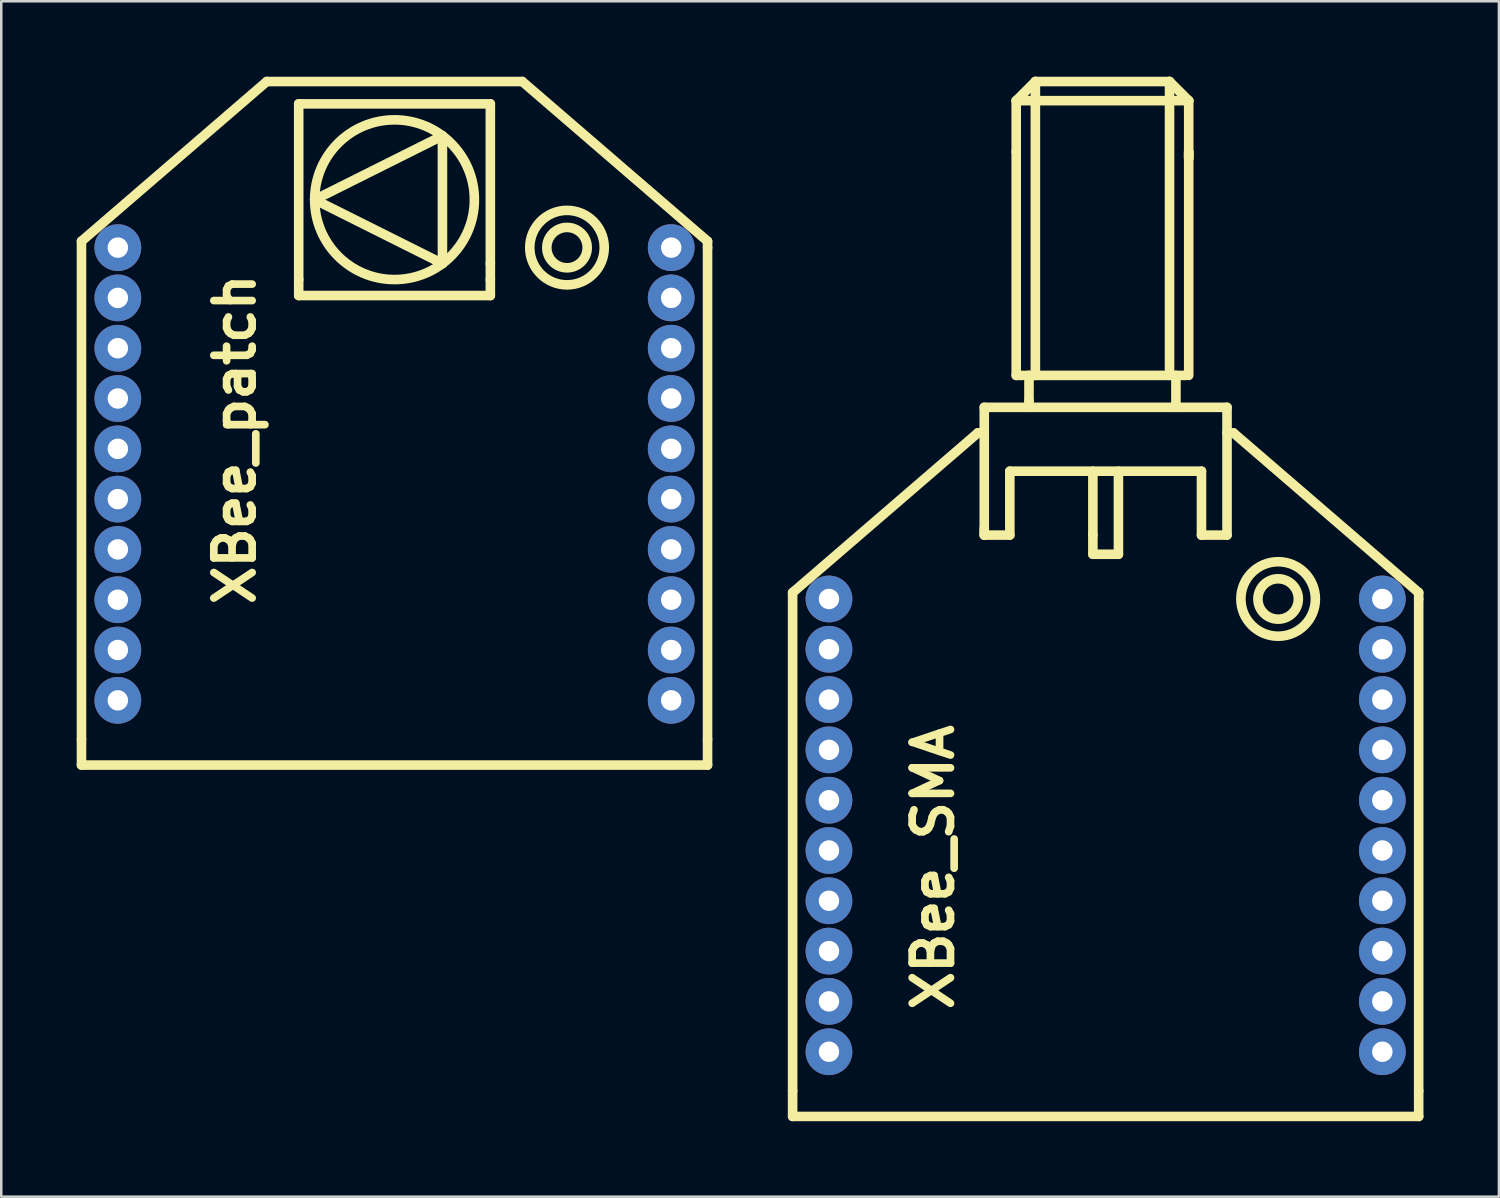
<source format=kicad_pcb>
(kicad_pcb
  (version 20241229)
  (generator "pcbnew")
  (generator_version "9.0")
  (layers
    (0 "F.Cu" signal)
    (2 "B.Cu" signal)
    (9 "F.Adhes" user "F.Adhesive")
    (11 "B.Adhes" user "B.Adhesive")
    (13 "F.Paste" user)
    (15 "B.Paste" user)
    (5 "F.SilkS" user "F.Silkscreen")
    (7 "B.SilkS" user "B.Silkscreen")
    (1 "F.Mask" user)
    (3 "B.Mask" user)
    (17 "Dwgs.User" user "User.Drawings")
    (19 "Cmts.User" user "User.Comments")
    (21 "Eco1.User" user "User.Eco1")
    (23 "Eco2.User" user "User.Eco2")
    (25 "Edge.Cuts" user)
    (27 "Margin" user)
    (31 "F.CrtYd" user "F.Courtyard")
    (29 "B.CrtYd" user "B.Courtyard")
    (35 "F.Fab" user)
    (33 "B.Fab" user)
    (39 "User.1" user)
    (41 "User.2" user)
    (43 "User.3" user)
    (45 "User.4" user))
  (footprint "XBee_patch"
    (layer "F.Cu")
    (at 12.636 6.795)
    (property "Reference" "XBee_patch" (at -6.35 7.62 90) (layer "F.SilkS") (effects (font (size 1.524 1.524) (thickness 0.305))))
    (attr through_hole)
    (fp_line (start -12.446 -0.254) (end -5.08 -6.604) (stroke (width 0.381) (type solid)) (layer "F.SilkS"))
    (fp_line (start -12.446 19.558) (end -12.446 -0.254) (stroke (width 0.381) (type solid)) (layer "F.SilkS"))
    (fp_line (start -12.446 19.558) (end -12.446 20.574) (stroke (width 0.381) (type solid)) (layer "F.SilkS"))
    (fp_line (start -12.446 20.574) (end 12.446 20.574) (stroke (width 0.381) (type solid)) (layer "F.SilkS"))
    (fp_line (start -5.08 -6.604) (end 5.08 -6.604) (stroke (width 0.381) (type solid)) (layer "F.SilkS"))
    (fp_line (start -3.81 -5.715) (end 3.81 -5.715) (stroke (width 0.381) (type solid)) (layer "F.SilkS"))
    (fp_line (start -3.81 1.27) (end -3.81 -5.715) (stroke (width 0.381) (type solid)) (layer "F.SilkS"))
    (fp_line (start -3.81 1.905) (end -3.81 1.27) (stroke (width 0.381) (type solid)) (layer "F.SilkS"))
    (fp_line (start -3.175 -1.905) (end 1.905 -4.445) (stroke (width 0.381) (type solid)) (layer "F.SilkS"))
    (fp_line (start 1.905 -4.445) (end 1.905 0.635) (stroke (width 0.381) (type solid)) (layer "F.SilkS"))
    (fp_line (start 1.905 0.635) (end -3.175 -1.905) (stroke (width 0.381) (type solid)) (layer "F.SilkS"))
    (fp_line (start 3.81 -5.715) (end 3.81 0.635) (stroke (width 0.381) (type solid)) (layer "F.SilkS"))
    (fp_line (start 3.81 0.635) (end 3.81 1.27) (stroke (width 0.381) (type solid)) (layer "F.SilkS"))
    (fp_line (start 3.81 1.905) (end -3.81 1.905) (stroke (width 0.381) (type solid)) (layer "F.SilkS"))
    (fp_line (start 3.81 1.905) (end 3.81 1.27) (stroke (width 0.381) (type solid)) (layer "F.SilkS"))
    (fp_line (start 12.446 -0.254) (end 5.08 -6.604) (stroke (width 0.381) (type solid)) (layer "F.SilkS"))
    (fp_line (start 12.446 0) (end 12.446 -0.254) (stroke (width 0.381) (type solid)) (layer "F.SilkS"))
    (fp_line (start 12.446 19.558) (end 12.446 0) (stroke (width 0.381) (type solid)) (layer "F.SilkS"))
    (fp_line (start 12.446 19.558) (end 12.446 20.574) (stroke (width 0.381) (type solid)) (layer "F.SilkS"))
    (fp_circle (center 0 -1.905) (end 2.54 -3.81) (stroke (width 0.381) (type solid)) (fill no) (layer "F.SilkS"))
    (fp_circle (center 6.858 0) (end 7.62 0.254) (stroke (width 0.381) (type solid)) (fill no) (layer "F.SilkS"))
    (fp_circle (center 6.858 0) (end 8.128 0.762) (stroke (width 0.381) (type solid)) (fill no) (layer "F.SilkS"))
    (pad "1" thru_hole circle (at -11.001 0) (size 1.859 1.859) (drill 0.813) (layers "*.Cu"))
    (pad "2" thru_hole circle (at -11.001 1.999) (size 1.859 1.859) (drill 0.813) (layers "*.Cu"))
    (pad "3" thru_hole circle (at -11.001 4) (size 1.859 1.859) (drill 0.813) (layers "*.Cu"))
    (pad "4" thru_hole circle (at -11.001 5.999) (size 1.859 1.859) (drill 0.813) (layers "*.Cu"))
    (pad "5" thru_hole circle (at -11.001 8.001) (size 1.859 1.859) (drill 0.813) (layers "*.Cu"))
    (pad "6" thru_hole circle (at -11.001 10) (size 1.859 1.859) (drill 0.813) (layers "*.Cu"))
    (pad "7" thru_hole circle (at -11.001 11.999) (size 1.859 1.859) (drill 0.813) (layers "*.Cu"))
    (pad "8" thru_hole circle (at -11.001 14) (size 1.859 1.859) (drill 0.813) (layers "*.Cu"))
    (pad "9" thru_hole circle (at -11.001 15.999) (size 1.859 1.859) (drill 0.813) (layers "*.Cu"))
    (pad "10" thru_hole circle (at -11.001 18.001) (size 1.859 1.859) (drill 0.813) (layers "*.Cu"))
    (pad "11" thru_hole circle (at 11.001 18.001) (size 1.859 1.859) (drill 0.813) (layers "*.Cu"))
    (pad "12" thru_hole circle (at 11.001 15.999) (size 1.859 1.859) (drill 0.813) (layers "*.Cu"))
    (pad "13" thru_hole circle (at 11.001 14) (size 1.859 1.859) (drill 0.813) (layers "*.Cu"))
    (pad "14" thru_hole circle (at 11.001 11.999) (size 1.859 1.859) (drill 0.813) (layers "*.Cu"))
    (pad "15" thru_hole circle (at 11.001 10) (size 1.859 1.859) (drill 0.813) (layers "*.Cu"))
    (pad "16" thru_hole circle (at 11.001 8.001) (size 1.859 1.859) (drill 0.813) (layers "*.Cu"))
    (pad "17" thru_hole circle (at 11.001 5.999) (size 1.859 1.859) (drill 0.813) (layers "*.Cu"))
    (pad "18" thru_hole circle (at 11.001 4) (size 1.859 1.859) (drill 0.813) (layers "*.Cu"))
    (pad "19" thru_hole circle (at 11.001 1.999) (size 1.859 1.859) (drill 0.813) (layers "*.Cu"))
    (pad "20" thru_hole circle (at 11.001 0) (size 1.859 1.859) (drill 0.813) (layers "*.Cu")))
  (footprint "XBee_SMA"
    (layer "F.Cu")
    (at 40.91 20.765)
    (property "Reference" "XBee_SMA" (at -6.858 10.668 90) (layer "F.SilkS") (effects (font (size 1.524 1.524) (thickness 0.305))))
    (attr through_hole)
    (fp_line (start -12.446 -0.254) (end -5.08 -6.604) (stroke (width 0.381) (type solid)) (layer "F.SilkS"))
    (fp_line (start -12.446 19.558) (end -12.446 -0.254) (stroke (width 0.381) (type solid)) (layer "F.SilkS"))
    (fp_line (start -12.446 19.558) (end -12.446 20.574) (stroke (width 0.381) (type solid)) (layer "F.SilkS"))
    (fp_line (start -12.446 20.574) (end 12.446 20.574) (stroke (width 0.381) (type solid)) (layer "F.SilkS"))
    (fp_line (start -5.08 -6.604) (end -4.826 -6.604) (stroke (width 0.381) (type solid)) (layer "F.SilkS"))
    (fp_line (start -4.826 -7.62) (end 4.826 -7.62) (stroke (width 0.381) (type solid)) (layer "F.SilkS"))
    (fp_line (start -4.826 -2.794) (end -4.826 -2.54) (stroke (width 0.381) (type solid)) (layer "F.SilkS"))
    (fp_line (start -4.826 -2.54) (end -4.826 -7.62) (stroke (width 0.381) (type solid)) (layer "F.SilkS"))
    (fp_line (start -4.826 -2.54) (end -3.81 -2.54) (stroke (width 0.381) (type solid)) (layer "F.SilkS"))
    (fp_line (start -3.81 -5.08) (end 3.81 -5.08) (stroke (width 0.381) (type solid)) (layer "F.SilkS"))
    (fp_line (start -3.81 -2.54) (end -3.81 -5.08) (stroke (width 0.381) (type solid)) (layer "F.SilkS"))
    (fp_line (start -3.556 -19.812) (end -2.794 -20.574) (stroke (width 0.381) (type solid)) (layer "F.SilkS"))
    (fp_line (start -3.556 -17.78) (end -3.556 -19.812) (stroke (width 0.381) (type solid)) (layer "F.SilkS"))
    (fp_line (start -3.556 -17.78) (end -3.556 -8.89) (stroke (width 0.381) (type solid)) (layer "F.SilkS"))
    (fp_line (start -3.302 -8.89) (end -3.556 -8.89) (stroke (width 0.381) (type solid)) (layer "F.SilkS"))
    (fp_line (start -3.175 -8.89) (end 3.175 -8.89) (stroke (width 0.381) (type solid)) (layer "F.SilkS"))
    (fp_line (start -3.048 -8.89) (end -3.048 -7.874) (stroke (width 0.381) (type solid)) (layer "F.SilkS"))
    (fp_line (start -3.048 -7.874) (end -3.048 -7.62) (stroke (width 0.381) (type solid)) (layer "F.SilkS"))
    (fp_line (start -2.794 -20.574) (end -2.794 -8.89) (stroke (width 0.381) (type solid)) (layer "F.SilkS"))
    (fp_line (start -2.794 -20.574) (end 2.54 -20.574) (stroke (width 0.381) (type solid)) (layer "F.SilkS"))
    (fp_line (start -0.508 -2.54) (end -0.508 -5.08) (stroke (width 0.381) (type solid)) (layer "F.SilkS"))
    (fp_line (start -0.508 -2.54) (end -0.508 -1.778) (stroke (width 0.381) (type solid)) (layer "F.SilkS"))
    (fp_line (start -0.508 -1.778) (end 0.508 -1.778) (stroke (width 0.381) (type solid)) (layer "F.SilkS"))
    (fp_line (start 0.508 -1.778) (end 0.508 -5.08) (stroke (width 0.381) (type solid)) (layer "F.SilkS"))
    (fp_line (start 2.54 -20.574) (end 2.54 -8.89) (stroke (width 0.381) (type solid)) (layer "F.SilkS"))
    (fp_line (start 2.54 -20.574) (end 3.302 -19.812) (stroke (width 0.381) (type solid)) (layer "F.SilkS"))
    (fp_line (start 2.794 -8.89) (end 2.794 -7.62) (stroke (width 0.381) (type solid)) (layer "F.SilkS"))
    (fp_line (start 3.302 -19.812) (end -3.556 -19.812) (stroke (width 0.381) (type solid)) (layer "F.SilkS"))
    (fp_line (start 3.302 -19.812) (end 3.302 -17.526) (stroke (width 0.381) (type solid)) (layer "F.SilkS"))
    (fp_line (start 3.302 -17.78) (end 3.302 -8.89) (stroke (width 0.381) (type solid)) (layer "F.SilkS"))
    (fp_line (start 3.302 -17.526) (end 3.302 -17.78) (stroke (width 0.381) (type solid)) (layer "F.SilkS"))
    (fp_line (start 3.81 -5.08) (end 3.81 -2.54) (stroke (width 0.381) (type solid)) (layer "F.SilkS"))
    (fp_line (start 4.826 -7.62) (end 4.826 -2.54) (stroke (width 0.381) (type solid)) (layer "F.SilkS"))
    (fp_line (start 4.826 -2.54) (end 3.81 -2.54) (stroke (width 0.381) (type solid)) (layer "F.SilkS"))
    (fp_line (start 5.08 -6.604) (end 4.826 -6.604) (stroke (width 0.381) (type solid)) (layer "F.SilkS"))
    (fp_line (start 12.446 -0.254) (end 5.08 -6.604) (stroke (width 0.381) (type solid)) (layer "F.SilkS"))
    (fp_line (start 12.446 0) (end 12.446 -0.254) (stroke (width 0.381) (type solid)) (layer "F.SilkS"))
    (fp_line (start 12.446 19.558) (end 12.446 0) (stroke (width 0.381) (type solid)) (layer "F.SilkS"))
    (fp_line (start 12.446 19.558) (end 12.446 20.574) (stroke (width 0.381) (type solid)) (layer "F.SilkS"))
    (fp_circle (center 6.858 0) (end 7.62 0.254) (stroke (width 0.381) (type solid)) (fill no) (layer "F.SilkS"))
    (fp_circle (center 6.858 0) (end 8.128 0.762) (stroke (width 0.381) (type solid)) (fill no) (layer "F.SilkS"))
    (pad "1" thru_hole circle (at -11.001 0) (size 1.859 1.859) (drill 0.813) (layers "*.Cu"))
    (pad "2" thru_hole circle (at -11.001 1.999) (size 1.859 1.859) (drill 0.813) (layers "*.Cu"))
    (pad "3" thru_hole circle (at -11.001 4) (size 1.859 1.859) (drill 0.813) (layers "*.Cu"))
    (pad "4" thru_hole circle (at -11.001 5.999) (size 1.859 1.859) (drill 0.813) (layers "*.Cu"))
    (pad "5" thru_hole circle (at -11.001 8.001) (size 1.859 1.859) (drill 0.813) (layers "*.Cu"))
    (pad "6" thru_hole circle (at -11.001 10) (size 1.859 1.859) (drill 0.813) (layers "*.Cu"))
    (pad "7" thru_hole circle (at -11.001 11.999) (size 1.859 1.859) (drill 0.813) (layers "*.Cu"))
    (pad "8" thru_hole circle (at -11.001 14) (size 1.859 1.859) (drill 0.813) (layers "*.Cu"))
    (pad "9" thru_hole circle (at -11.001 15.999) (size 1.859 1.859) (drill 0.813) (layers "*.Cu"))
    (pad "10" thru_hole circle (at -11.001 18.001) (size 1.859 1.859) (drill 0.813) (layers "*.Cu"))
    (pad "11" thru_hole circle (at 11.001 18.001) (size 1.859 1.859) (drill 0.813) (layers "*.Cu"))
    (pad "12" thru_hole circle (at 11.001 15.999) (size 1.859 1.859) (drill 0.813) (layers "*.Cu"))
    (pad "13" thru_hole circle (at 11.001 14) (size 1.859 1.859) (drill 0.813) (layers "*.Cu"))
    (pad "14" thru_hole circle (at 11.001 11.999) (size 1.859 1.859) (drill 0.813) (layers "*.Cu"))
    (pad "15" thru_hole circle (at 11.001 10) (size 1.859 1.859) (drill 0.813) (layers "*.Cu"))
    (pad "16" thru_hole circle (at 11.001 8.001) (size 1.859 1.859) (drill 0.813) (layers "*.Cu"))
    (pad "17" thru_hole circle (at 11.001 5.999) (size 1.859 1.859) (drill 0.813) (layers "*.Cu"))
    (pad "18" thru_hole circle (at 11.001 4) (size 1.859 1.859) (drill 0.813) (layers "*.Cu"))
    (pad "19" thru_hole circle (at 11.001 1.999) (size 1.859 1.859) (drill 0.813) (layers "*.Cu"))
    (pad "20" thru_hole circle (at 11.001 0) (size 1.859 1.859) (drill 0.813) (layers "*.Cu")))
  (gr_rect
    (start -3 -3)
    (end 56.546 44.529)
    (stroke (width 0.1) (type default))
    (fill no)
    (layer "Edge.Cuts")))
</source>
